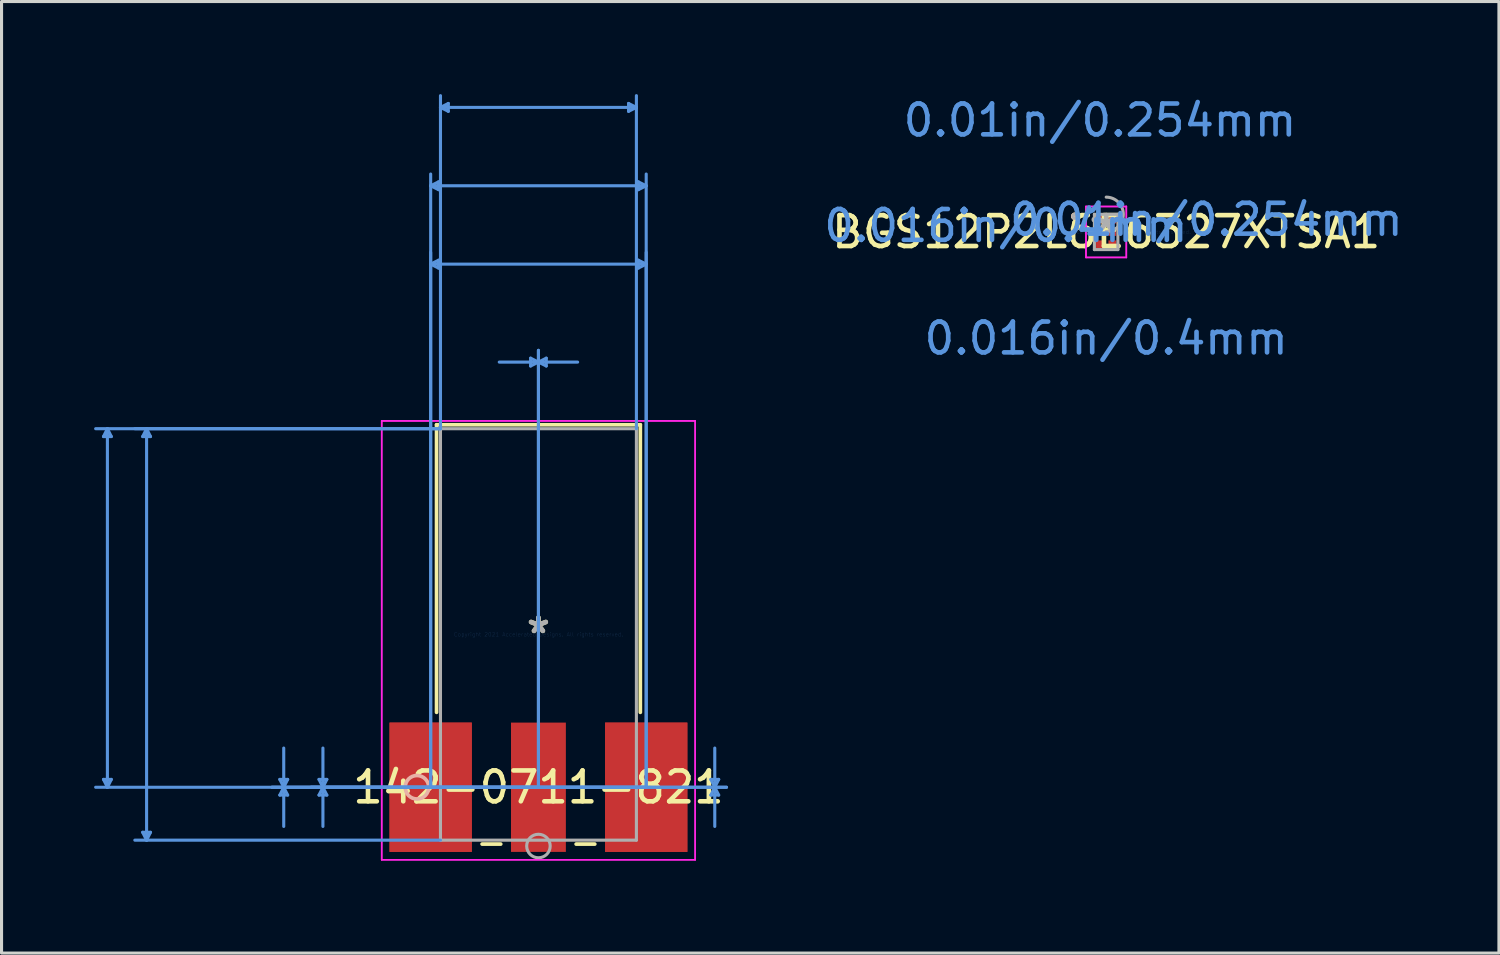
<source format=kicad_pcb>
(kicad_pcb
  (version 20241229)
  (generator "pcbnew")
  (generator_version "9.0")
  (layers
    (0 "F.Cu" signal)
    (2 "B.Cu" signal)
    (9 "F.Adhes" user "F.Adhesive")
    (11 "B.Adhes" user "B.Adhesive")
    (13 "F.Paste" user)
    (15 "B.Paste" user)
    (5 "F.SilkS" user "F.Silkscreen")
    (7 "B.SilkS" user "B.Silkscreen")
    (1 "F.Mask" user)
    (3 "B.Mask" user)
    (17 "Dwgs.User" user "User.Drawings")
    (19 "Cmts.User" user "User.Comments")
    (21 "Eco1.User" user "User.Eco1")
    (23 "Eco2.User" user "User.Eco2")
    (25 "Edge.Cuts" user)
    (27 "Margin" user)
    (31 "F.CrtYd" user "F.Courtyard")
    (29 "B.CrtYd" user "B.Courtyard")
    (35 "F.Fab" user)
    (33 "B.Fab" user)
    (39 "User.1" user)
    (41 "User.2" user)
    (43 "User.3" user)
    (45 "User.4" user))
  (footprint "BGS12P2L6E6327XTSA1"
    (layer "F.Cu")
    (at 32.801 4.468)
    (property "Reference" "BGS12P2L6E6327XTSA1" (at 0 0 0) (layer "F.SilkS") (effects (font (size 1 1) (thickness 0.15))))
    (attr through_hole)
    (fp_circle (center -1.016 -0.508) (end -0.953 -0.508) (stroke (width 0.12) (type solid)) (fill no) (layer "F.SilkS"))
    (fp_circle (center -1.016 -0.508) (end -0.953 -0.508) (stroke (width 0.12) (type solid)) (fill no) (layer "B.SilkS"))
    (fp_line (start -0.654 -0.826) (end 0.654 -0.826) (stroke (width 0.05) (type solid)) (layer "F.CrtYd"))
    (fp_line (start -0.654 -0.826) (end 0.654 -0.826) (stroke (width 0.05) (type solid)) (layer "F.CrtYd"))
    (fp_line (start -0.654 0.826) (end -0.654 -0.826) (stroke (width 0.05) (type solid)) (layer "F.CrtYd"))
    (fp_line (start -0.654 0.826) (end -0.654 -0.826) (stroke (width 0.05) (type solid)) (layer "F.CrtYd"))
    (fp_line (start 0.654 -0.826) (end 0.654 0.826) (stroke (width 0.05) (type solid)) (layer "F.CrtYd"))
    (fp_line (start 0.654 -0.826) (end 0.654 0.826) (stroke (width 0.05) (type solid)) (layer "F.CrtYd"))
    (fp_line (start 0.654 0.826) (end -0.654 0.826) (stroke (width 0.05) (type solid)) (layer "F.CrtYd"))
    (fp_line (start 0.654 0.826) (end -0.654 0.826) (stroke (width 0.05) (type solid)) (layer "F.CrtYd"))
    (fp_line (start -0.381 -0.572) (end -0.381 0.572) (stroke (width 0.1) (type solid)) (layer "F.Fab"))
    (fp_line (start -0.381 0.572) (end 0.381 0.572) (stroke (width 0.1) (type solid)) (layer "F.Fab"))
    (fp_line (start 0.381 -0.572) (end -0.381 -0.572) (stroke (width 0.1) (type solid)) (layer "F.Fab"))
    (fp_line (start 0.381 0.572) (end 0.381 -0.572) (stroke (width 0.1) (type solid)) (layer "F.Fab"))
    (fp_arc (start 0.001613 -1.128484) (mid 0.556984 -0.569887) (end -0.001613 -0.014516) (stroke (width 0.1) (type solid)) (layer "F.Fab"))
    (fp_circle (center -1.016 -0.508) (end -0.953 -0.508) (stroke (width 0.1) (type solid)) (fill no) (layer "F.Fab"))
    (fp_circle (center -0.375 -0.4) (end -0.375 -0.4) (stroke (width 0.1) (type solid)) (fill no) (layer "F.Fab"))
    (fp_text user "*" (at 0 0 0) (layer "F.SilkS") (effects (font (size 1 1) (thickness 0.15))))
    (fp_text user "Copyright 2021 Accelerated Designs. All rights reserved." (at 0 0 0) (layer "Cmts.User") (effects (font (size 0.127 0.127) (thickness 0.002))))
    (fp_text user "0.016in/0.4mm" (at -3.248 -0.2 0) (layer "Cmts.User") (effects (font (size 1 1) (thickness 0.15))))
    (fp_text user "0.01in/0.254mm" (at -0.2 -3.619 0) (layer "Cmts.User") (effects (font (size 1 1) (thickness 0.15))))
    (fp_text user "0.016in/0.4mm" (at 0 3.448 0) (layer "Cmts.User") (effects (font (size 1 1) (thickness 0.15))))
    (fp_text user "0.01in/0.254mm" (at 3.248 -0.4 0) (layer "Cmts.User") (effects (font (size 1 1) (thickness 0.15))))
    (fp_text user "*" (at 0 0 0) (layer "F.Fab") (effects (font (size 1 1) (thickness 0.15))))
    (pad "1" smd rect (at -0.2 -0.4) (size 0.254 0.254) (layers "F.Cu" "F.Mask" "F.Paste"))
    (pad "2" smd rect (at -0.2 0) (size 0.254 0.254) (layers "F.Cu" "F.Mask" "F.Paste"))
    (pad "3" smd rect (at -0.2 0.4) (size 0.254 0.254) (layers "F.Cu" "F.Mask" "F.Paste"))
    (pad "4" smd rect (at 0.2 0.4) (size 0.254 0.254) (layers "F.Cu" "F.Mask" "F.Paste"))
    (pad "5" smd rect (at 0.2 0) (size 0.254 0.254) (layers "F.Cu" "F.Mask" "F.Paste"))
    (pad "6" smd rect (at 0.2 -0.4) (size 0.254 0.254) (layers "F.Cu" "F.Mask" "F.Paste")))
  (footprint "142-0711-821"
    (layer "F.Cu")
    (at 14.401 17.512)
    (property "Reference" "142-0711-821" (at 0 4.953 0) (layer "F.SilkS") (effects (font (size 1 1) (thickness 0.15))))
    (attr through_hole)
    (fp_line (start -3.302 -6.795) (end -3.302 2.525) (stroke (width 0.12) (type solid)) (layer "F.SilkS"))
    (fp_line (start -1.826 6.795) (end -1.222 6.795) (stroke (width 0.12) (type solid)) (layer "F.SilkS"))
    (fp_line (start 1.222 6.795) (end 1.826 6.795) (stroke (width 0.12) (type solid)) (layer "F.SilkS"))
    (fp_line (start 3.302 -6.795) (end -3.302 -6.795) (stroke (width 0.12) (type solid)) (layer "F.SilkS"))
    (fp_line (start 3.302 2.525) (end 3.302 -6.795) (stroke (width 0.12) (type solid)) (layer "F.SilkS"))
    (fp_circle (center -3.937 4.953) (end -3.556 4.953) (stroke (width 0.12) (type solid)) (fill no) (layer "B.SilkS"))
    (fp_line (start -14.097 -6.413) (end -13.843 -6.413) (stroke (width 0.1) (type solid)) (layer "Cmts.User"))
    (fp_line (start -14.097 4.699) (end -13.843 4.699) (stroke (width 0.1) (type solid)) (layer "Cmts.User"))
    (fp_line (start -13.97 -6.668) (end -14.097 -6.413) (stroke (width 0.1) (type solid)) (layer "Cmts.User"))
    (fp_line (start -13.97 -6.668) (end -13.97 4.953) (stroke (width 0.1) (type solid)) (layer "Cmts.User"))
    (fp_line (start -13.97 -6.668) (end -13.843 -6.413) (stroke (width 0.1) (type solid)) (layer "Cmts.User"))
    (fp_line (start -13.97 4.953) (end -14.097 4.699) (stroke (width 0.1) (type solid)) (layer "Cmts.User"))
    (fp_line (start -13.97 4.953) (end -13.843 4.699) (stroke (width 0.1) (type solid)) (layer "Cmts.User"))
    (fp_line (start -12.827 -6.413) (end -12.573 -6.413) (stroke (width 0.1) (type solid)) (layer "Cmts.User"))
    (fp_line (start -12.827 6.413) (end -12.573 6.413) (stroke (width 0.1) (type solid)) (layer "Cmts.User"))
    (fp_line (start -12.7 -6.668) (end -12.827 -6.413) (stroke (width 0.1) (type solid)) (layer "Cmts.User"))
    (fp_line (start -12.7 -6.668) (end -12.7 6.668) (stroke (width 0.1) (type solid)) (layer "Cmts.User"))
    (fp_line (start -12.7 -6.668) (end -12.573 -6.413) (stroke (width 0.1) (type solid)) (layer "Cmts.User"))
    (fp_line (start -12.7 6.668) (end -12.827 6.413) (stroke (width 0.1) (type solid)) (layer "Cmts.User"))
    (fp_line (start -12.7 6.668) (end -12.573 6.413) (stroke (width 0.1) (type solid)) (layer "Cmts.User"))
    (fp_line (start -8.382 4.699) (end -8.128 4.699) (stroke (width 0.1) (type solid)) (layer "Cmts.User"))
    (fp_line (start -8.382 5.207) (end -8.128 5.207) (stroke (width 0.1) (type solid)) (layer "Cmts.User"))
    (fp_line (start -8.255 4.953) (end -8.382 4.699) (stroke (width 0.1) (type solid)) (layer "Cmts.User"))
    (fp_line (start -8.255 4.953) (end -8.382 5.207) (stroke (width 0.1) (type solid)) (layer "Cmts.User"))
    (fp_line (start -8.255 4.953) (end -8.255 3.683) (stroke (width 0.1) (type solid)) (layer "Cmts.User"))
    (fp_line (start -8.255 4.953) (end -8.255 6.223) (stroke (width 0.1) (type solid)) (layer "Cmts.User"))
    (fp_line (start -8.255 4.953) (end -8.128 4.699) (stroke (width 0.1) (type solid)) (layer "Cmts.User"))
    (fp_line (start -8.255 4.953) (end -8.128 5.207) (stroke (width 0.1) (type solid)) (layer "Cmts.User"))
    (fp_line (start -7.112 4.699) (end -6.858 4.699) (stroke (width 0.1) (type solid)) (layer "Cmts.User"))
    (fp_line (start -7.112 5.207) (end -6.858 5.207) (stroke (width 0.1) (type solid)) (layer "Cmts.User"))
    (fp_line (start -6.985 4.953) (end -7.112 4.699) (stroke (width 0.1) (type solid)) (layer "Cmts.User"))
    (fp_line (start -6.985 4.953) (end -7.112 5.207) (stroke (width 0.1) (type solid)) (layer "Cmts.User"))
    (fp_line (start -6.985 4.953) (end -6.985 3.683) (stroke (width 0.1) (type solid)) (layer "Cmts.User"))
    (fp_line (start -6.985 4.953) (end -6.985 6.223) (stroke (width 0.1) (type solid)) (layer "Cmts.User"))
    (fp_line (start -6.985 4.953) (end -6.858 4.699) (stroke (width 0.1) (type solid)) (layer "Cmts.User"))
    (fp_line (start -6.985 4.953) (end -6.858 5.207) (stroke (width 0.1) (type solid)) (layer "Cmts.User"))
    (fp_line (start -3.493 -14.541) (end -3.239 -14.668) (stroke (width 0.1) (type solid)) (layer "Cmts.User"))
    (fp_line (start -3.493 -14.541) (end -3.239 -14.415) (stroke (width 0.1) (type solid)) (layer "Cmts.User"))
    (fp_line (start -3.493 -14.541) (end 3.493 -14.541) (stroke (width 0.1) (type solid)) (layer "Cmts.User"))
    (fp_line (start -3.493 -12.002) (end -3.239 -12.129) (stroke (width 0.1) (type solid)) (layer "Cmts.User"))
    (fp_line (start -3.493 -12.002) (end -3.239 -11.874) (stroke (width 0.1) (type solid)) (layer "Cmts.User"))
    (fp_line (start -3.493 -12.002) (end 3.493 -12.002) (stroke (width 0.1) (type solid)) (layer "Cmts.User"))
    (fp_line (start -3.493 4.953) (end -3.493 -14.922) (stroke (width 0.1) (type solid)) (layer "Cmts.User"))
    (fp_line (start -3.493 4.953) (end -3.493 -12.383) (stroke (width 0.1) (type solid)) (layer "Cmts.User"))
    (fp_line (start -3.239 -14.668) (end -3.239 -14.415) (stroke (width 0.1) (type solid)) (layer "Cmts.User"))
    (fp_line (start -3.239 -12.129) (end -3.239 -11.874) (stroke (width 0.1) (type solid)) (layer "Cmts.User"))
    (fp_line (start -3.175 -17.081) (end -2.921 -17.209) (stroke (width 0.1) (type solid)) (layer "Cmts.User"))
    (fp_line (start -3.175 -17.081) (end -2.921 -16.954) (stroke (width 0.1) (type solid)) (layer "Cmts.User"))
    (fp_line (start -3.175 -17.081) (end 3.175 -17.081) (stroke (width 0.1) (type solid)) (layer "Cmts.User"))
    (fp_line (start -3.175 -6.668) (end -14.351 -6.668) (stroke (width 0.1) (type solid)) (layer "Cmts.User"))
    (fp_line (start -3.175 -6.668) (end -13.081 -6.668) (stroke (width 0.1) (type solid)) (layer "Cmts.User"))
    (fp_line (start -3.175 -6.668) (end -3.175 -17.462) (stroke (width 0.1) (type solid)) (layer "Cmts.User"))
    (fp_line (start -3.175 6.668) (end -13.081 6.668) (stroke (width 0.1) (type solid)) (layer "Cmts.User"))
    (fp_line (start -2.921 -17.209) (end -2.921 -16.954) (stroke (width 0.1) (type solid)) (layer "Cmts.User"))
    (fp_line (start -0.254 -8.954) (end -0.254 -8.7) (stroke (width 0.1) (type solid)) (layer "Cmts.User"))
    (fp_line (start 0 -8.826) (end -1.27 -8.826) (stroke (width 0.1) (type solid)) (layer "Cmts.User"))
    (fp_line (start 0 -8.826) (end -0.254 -8.954) (stroke (width 0.1) (type solid)) (layer "Cmts.User"))
    (fp_line (start 0 -8.826) (end -0.254 -8.7) (stroke (width 0.1) (type solid)) (layer "Cmts.User"))
    (fp_line (start 0 -8.826) (end 0.254 -8.954) (stroke (width 0.1) (type solid)) (layer "Cmts.User"))
    (fp_line (start 0 -8.826) (end 0.254 -8.7) (stroke (width 0.1) (type solid)) (layer "Cmts.User"))
    (fp_line (start 0 -8.826) (end 1.27 -8.826) (stroke (width 0.1) (type solid)) (layer "Cmts.User"))
    (fp_line (start 0 4.953) (end -14.351 4.953) (stroke (width 0.1) (type solid)) (layer "Cmts.User"))
    (fp_line (start 0 4.953) (end -8.636 4.953) (stroke (width 0.1) (type solid)) (layer "Cmts.User"))
    (fp_line (start 0 4.953) (end -7.366 4.953) (stroke (width 0.1) (type solid)) (layer "Cmts.User"))
    (fp_line (start 0 4.953) (end 0 -9.207) (stroke (width 0.1) (type solid)) (layer "Cmts.User"))
    (fp_line (start 0 4.953) (end 0 -9.207) (stroke (width 0.1) (type solid)) (layer "Cmts.User"))
    (fp_line (start 0 4.953) (end 6.096 4.953) (stroke (width 0.1) (type solid)) (layer "Cmts.User"))
    (fp_line (start 0 4.953) (end 6.096 4.953) (stroke (width 0.1) (type solid)) (layer "Cmts.User"))
    (fp_line (start 0.254 -8.954) (end 0.254 -8.7) (stroke (width 0.1) (type solid)) (layer "Cmts.User"))
    (fp_line (start 2.921 -17.209) (end 2.921 -16.954) (stroke (width 0.1) (type solid)) (layer "Cmts.User"))
    (fp_line (start 3.175 -17.081) (end 2.921 -17.209) (stroke (width 0.1) (type solid)) (layer "Cmts.User"))
    (fp_line (start 3.175 -17.081) (end 2.921 -16.954) (stroke (width 0.1) (type solid)) (layer "Cmts.User"))
    (fp_line (start 3.175 -6.668) (end 3.175 -17.462) (stroke (width 0.1) (type solid)) (layer "Cmts.User"))
    (fp_line (start 3.239 -14.668) (end 3.239 -14.415) (stroke (width 0.1) (type solid)) (layer "Cmts.User"))
    (fp_line (start 3.239 -12.129) (end 3.239 -11.874) (stroke (width 0.1) (type solid)) (layer "Cmts.User"))
    (fp_line (start 3.493 -14.541) (end 3.239 -14.668) (stroke (width 0.1) (type solid)) (layer "Cmts.User"))
    (fp_line (start 3.493 -14.541) (end 3.239 -14.415) (stroke (width 0.1) (type solid)) (layer "Cmts.User"))
    (fp_line (start 3.493 -12.002) (end 3.239 -12.129) (stroke (width 0.1) (type solid)) (layer "Cmts.User"))
    (fp_line (start 3.493 -12.002) (end 3.239 -11.874) (stroke (width 0.1) (type solid)) (layer "Cmts.User"))
    (fp_line (start 3.493 4.953) (end -8.636 4.953) (stroke (width 0.1) (type solid)) (layer "Cmts.User"))
    (fp_line (start 3.493 4.953) (end -7.366 4.953) (stroke (width 0.1) (type solid)) (layer "Cmts.User"))
    (fp_line (start 3.493 4.953) (end 3.493 -14.922) (stroke (width 0.1) (type solid)) (layer "Cmts.User"))
    (fp_line (start 3.493 4.953) (end 3.493 -12.383) (stroke (width 0.1) (type solid)) (layer "Cmts.User"))
    (fp_line (start 5.588 4.699) (end 5.842 4.699) (stroke (width 0.1) (type solid)) (layer "Cmts.User"))
    (fp_line (start 5.588 5.207) (end 5.842 5.207) (stroke (width 0.1) (type solid)) (layer "Cmts.User"))
    (fp_line (start 5.715 4.953) (end 5.588 4.699) (stroke (width 0.1) (type solid)) (layer "Cmts.User"))
    (fp_line (start 5.715 4.953) (end 5.588 5.207) (stroke (width 0.1) (type solid)) (layer "Cmts.User"))
    (fp_line (start 5.715 4.953) (end 5.715 3.683) (stroke (width 0.1) (type solid)) (layer "Cmts.User"))
    (fp_line (start 5.715 4.953) (end 5.715 6.223) (stroke (width 0.1) (type solid)) (layer "Cmts.User"))
    (fp_line (start 5.715 4.953) (end 5.842 4.699) (stroke (width 0.1) (type solid)) (layer "Cmts.User"))
    (fp_line (start 5.715 4.953) (end 5.842 5.207) (stroke (width 0.1) (type solid)) (layer "Cmts.User"))
    (fp_line (start -5.08 -6.921) (end -5.08 7.303) (stroke (width 0.05) (type solid)) (layer "F.CrtYd"))
    (fp_line (start -5.08 -6.921) (end -5.08 7.303) (stroke (width 0.05) (type solid)) (layer "F.CrtYd"))
    (fp_line (start -5.08 7.303) (end 5.08 7.303) (stroke (width 0.05) (type solid)) (layer "F.CrtYd"))
    (fp_line (start -5.08 7.303) (end 5.08 7.303) (stroke (width 0.05) (type solid)) (layer "F.CrtYd"))
    (fp_line (start 5.08 -6.921) (end -5.08 -6.921) (stroke (width 0.05) (type solid)) (layer "F.CrtYd"))
    (fp_line (start 5.08 -6.921) (end -5.08 -6.921) (stroke (width 0.05) (type solid)) (layer "F.CrtYd"))
    (fp_line (start 5.08 7.303) (end 5.08 -6.921) (stroke (width 0.05) (type solid)) (layer "F.CrtYd"))
    (fp_line (start 5.08 7.303) (end 5.08 -6.921) (stroke (width 0.05) (type solid)) (layer "F.CrtYd"))
    (fp_line (start -3.175 -6.668) (end -3.175 6.668) (stroke (width 0.1) (type solid)) (layer "F.Fab"))
    (fp_line (start -3.175 6.668) (end 3.175 6.668) (stroke (width 0.1) (type solid)) (layer "F.Fab"))
    (fp_line (start 3.175 -6.668) (end -3.175 -6.668) (stroke (width 0.1) (type solid)) (layer "F.Fab"))
    (fp_line (start 3.175 6.668) (end 3.175 -6.668) (stroke (width 0.1) (type solid)) (layer "F.Fab"))
    (fp_circle (center 0 6.858) (end 0.381 6.858) (stroke (width 0.1) (type solid)) (fill no) (layer "F.Fab"))
    (fp_text user "*" (at 0 0 0) (layer "F.SilkS") (effects (font (size 1 1) (thickness 0.15))))
    (fp_text user "Copyright 2021 Accelerated Designs. All rights reserved." (at 0 0 0) (layer "Cmts.User") (effects (font (size 0.127 0.127) (thickness 0.002))))
    (fp_text user "*" (at 0 0 0) (layer "F.Fab") (effects (font (size 1 1) (thickness 0.15))))
    (pad "1" smd rect (at 0 4.953) (size 1.778 4.191) (layers "F.Cu" "F.Mask" "F.Paste"))
    (pad "2" smd rect (at -3.493 4.953) (size 2.667 4.191) (layers "F.Cu" "F.Mask" "F.Paste"))
    (pad "3" smd rect (at 3.493 4.953) (size 2.667 4.191) (layers "F.Cu" "F.Mask" "F.Paste"))
    (pad "4" smd rect (at -3.493 4.953) (size 2.667 4.191) (layers "F.Cu" "F.Mask" "F.Paste"))
    (pad "5" smd rect (at 3.493 4.953) (size 2.667 4.191) (layers "F.Cu" "F.Mask" "F.Paste")))
  (gr_rect
    (start -3 -3)
    (end 45.531 27.84)
    (stroke (width 0.1) (type default))
    (fill no)
    (layer "Edge.Cuts")))
</source>
